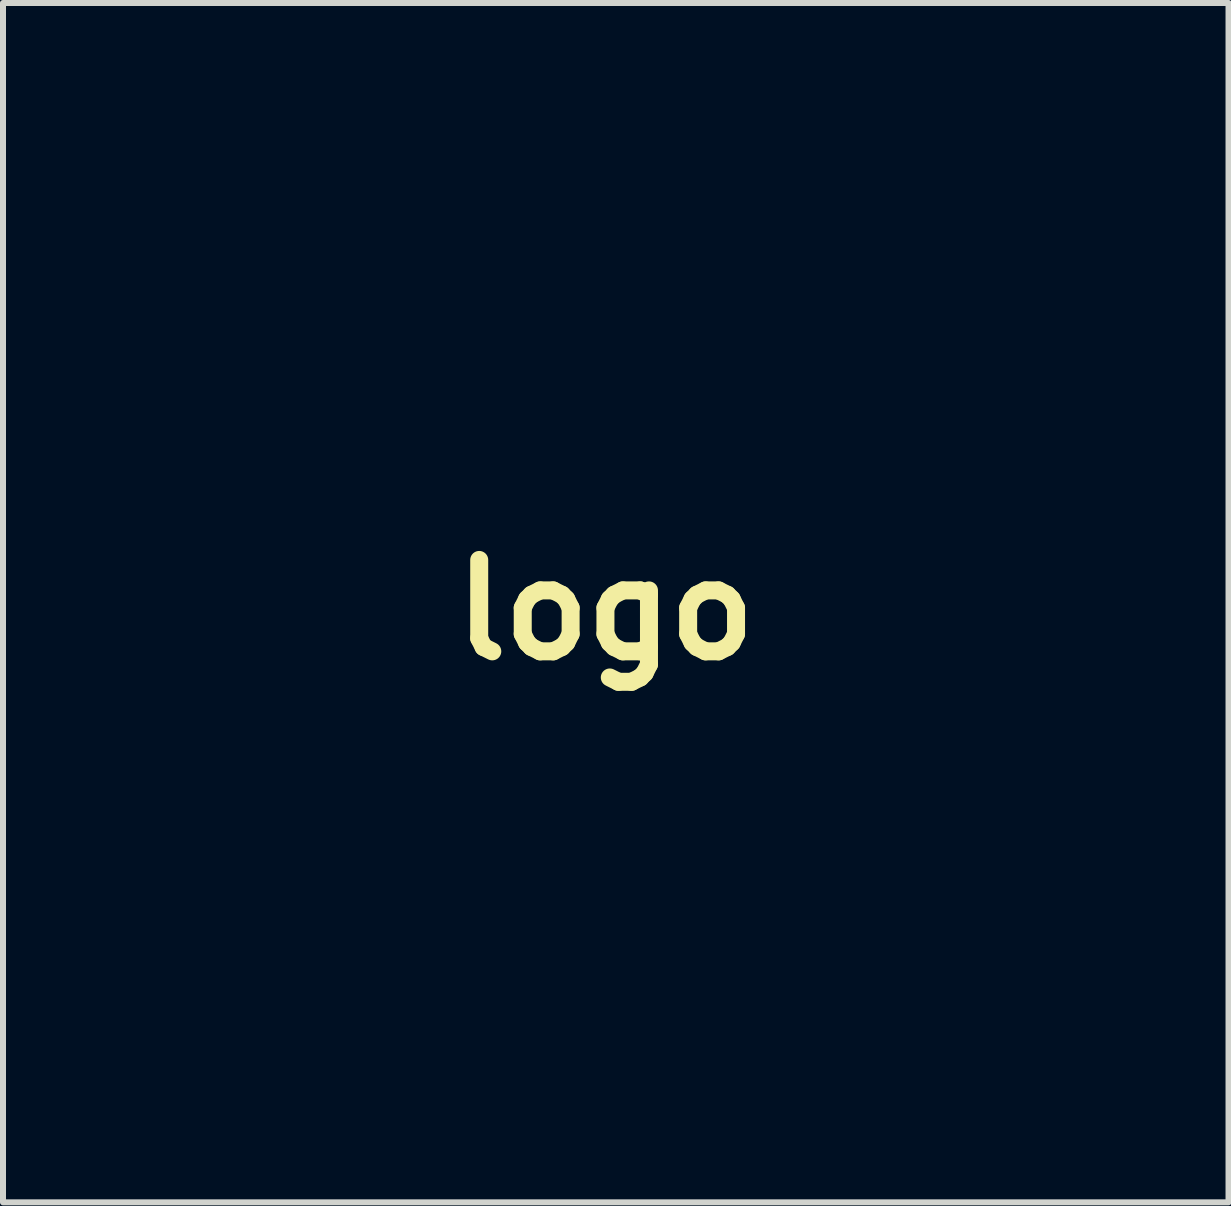
<source format=kicad_pcb>
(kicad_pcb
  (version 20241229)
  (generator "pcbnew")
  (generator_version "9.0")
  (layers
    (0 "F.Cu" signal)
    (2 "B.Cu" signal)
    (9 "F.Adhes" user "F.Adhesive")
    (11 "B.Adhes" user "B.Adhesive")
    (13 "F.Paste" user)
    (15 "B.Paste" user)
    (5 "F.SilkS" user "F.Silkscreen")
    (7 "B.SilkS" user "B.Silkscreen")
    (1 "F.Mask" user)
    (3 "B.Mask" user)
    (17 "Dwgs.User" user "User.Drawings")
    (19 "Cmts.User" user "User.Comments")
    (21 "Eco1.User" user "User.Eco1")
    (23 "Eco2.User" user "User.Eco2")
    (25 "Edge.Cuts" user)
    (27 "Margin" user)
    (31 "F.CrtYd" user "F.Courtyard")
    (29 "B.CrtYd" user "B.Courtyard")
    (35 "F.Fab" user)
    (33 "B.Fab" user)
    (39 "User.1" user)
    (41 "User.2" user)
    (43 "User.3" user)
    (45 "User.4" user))
  (footprint "logo"
    (layer "F.Cu")
    (at 7.044 7.12)
    (property "Reference" "logo" (at 0 0 0) (layer "F.SilkS") (effects (font (size 1.524 1.524) (thickness 0.3))))
    (attr through_hole)
    (fp_poly (pts (xy -1.793 1.408) (xy -1.787 1.435) (xy -1.796 1.463) (xy -1.819 1.477) (xy -1.843 1.474) (xy -1.856 1.457) (xy -1.859 1.422) (xy -1.842 1.399) (xy -1.817 1.395) (xy -1.793 1.408)) (stroke (width 0.01) (type solid)) (fill yes) (layer "F.Mask"))
    (fp_poly (pts (xy 2.236 1.475) (xy 2.247 1.501) (xy 2.237 1.53) (xy 2.21 1.548) (xy 2.184 1.544) (xy 2.172 1.528) (xy 2.17 1.494) (xy 2.187 1.469) (xy 2.208 1.464) (xy 2.236 1.475)) (stroke (width 0.01) (type solid)) (fill yes) (layer "F.Mask"))
    (fp_poly (pts (xy 1.012 4.088) (xy 1.026 4.116) (xy 1.026 4.147) (xy 1.007 4.171) (xy 0.979 4.174) (xy 0.953 4.156) (xy 0.948 4.148) (xy 0.941 4.119) (xy 0.955 4.098) (xy 0.978 4.08) (xy 0.989 4.075) (xy 1.012 4.088)) (stroke (width 0.01) (type solid)) (fill yes) (layer "F.Mask"))
    (fp_poly (pts (xy 0.687 3.915) (xy 0.711 3.949) (xy 0.718 3.993) (xy 0.707 4.035) (xy 0.674 4.057) (xy 0.646 4.061) (xy 0.611 4.055) (xy 0.591 4.044) (xy 0.573 4.008) (xy 0.575 3.968) (xy 0.593 3.931) (xy 0.624 3.907) (xy 0.646 3.903) (xy 0.687 3.915)) (stroke (width 0.01) (type solid)) (fill yes) (layer "F.Mask"))
    (fp_poly (pts (xy 0.832 3.931) (xy 0.863 3.947) (xy 0.89 3.98) (xy 0.903 4.019) (xy 0.904 4.027) (xy 0.894 4.061) (xy 0.869 4.097) (xy 0.838 4.124) (xy 0.813 4.133) (xy 0.787 4.124) (xy 0.76 4.107) (xy 0.739 4.084) (xy 0.739 4.062) (xy 0.744 4.05) (xy 0.756 4.013) (xy 0.761 3.976) (xy 0.765 3.945) (xy 0.784 3.931) (xy 0.823 3.93) (xy 0.832 3.931)) (stroke (width 0.01) (type solid)) (fill yes) (layer "F.Mask"))
    (fp_poly (pts (xy 0.944 5.283) (xy 1.037 5.31) (xy 1.131 5.308) (xy 1.21 5.284) (xy 1.255 5.267) (xy 1.282 5.268) (xy 1.291 5.29) (xy 1.284 5.334) (xy 1.277 5.359) (xy 1.246 5.427) (xy 1.198 5.479) (xy 1.139 5.512) (xy 1.074 5.524) (xy 1.009 5.512) (xy 0.979 5.497) (xy 0.922 5.446) (xy 0.886 5.379) (xy 0.875 5.314) (xy 0.875 5.253) (xy 0.944 5.283)) (stroke (width 0.01) (type solid)) (fill yes) (layer "F.Mask"))
    (fp_poly (pts (xy 0.338 4.672) (xy 0.345 4.72) (xy 0.35 4.768) (xy 0.366 5.007) (xy 0.376 5.22) (xy 0.378 5.411) (xy 0.372 5.582) (xy 0.36 5.735) (xy 0.347 5.833) (xy 0.336 5.905) (xy 0.326 5.833) (xy 0.316 5.741) (xy 0.307 5.631) (xy 0.3 5.51) (xy 0.295 5.381) (xy 0.292 5.25) (xy 0.29 5.12) (xy 0.291 4.998) (xy 0.294 4.888) (xy 0.298 4.795) (xy 0.305 4.723) (xy 0.31 4.696) (xy 0.32 4.66) (xy 0.329 4.652) (xy 0.338 4.672)) (stroke (width 0.01) (type solid)) (fill yes) (layer "F.Mask"))
    (fp_poly (pts (xy -0.217 5.25) (xy -0.215 5.282) (xy -0.22 5.324) (xy -0.23 5.369) (xy -0.242 5.403) (xy -0.287 5.472) (xy -0.346 5.522) (xy -0.413 5.549) (xy -0.485 5.553) (xy -0.552 5.531) (xy -0.624 5.479) (xy -0.674 5.41) (xy -0.7 5.329) (xy -0.703 5.29) (xy -0.702 5.263) (xy -0.697 5.247) (xy -0.683 5.241) (xy -0.655 5.246) (xy -0.608 5.262) (xy -0.549 5.284) (xy -0.459 5.317) (xy -0.347 5.277) (xy -0.295 5.259) (xy -0.253 5.245) (xy -0.228 5.238) (xy -0.225 5.238) (xy -0.217 5.25)) (stroke (width 0.01) (type solid)) (fill yes) (layer "F.Mask"))
    (fp_poly (pts (xy 5.031 -3.782) (xy 5.021 -3.743) (xy 5.003 -3.686) (xy 4.98 -3.615) (xy 4.952 -3.534) (xy 4.921 -3.448) (xy 4.889 -3.361) (xy 4.857 -3.276) (xy 4.833 -3.214) (xy 4.756 -3.035) (xy 4.681 -2.88) (xy 4.604 -2.746) (xy 4.523 -2.628) (xy 4.436 -2.524) (xy 4.401 -2.486) (xy 4.364 -2.45) (xy 4.334 -2.423) (xy 4.318 -2.411) (xy 4.317 -2.411) (xy 4.319 -2.422) (xy 4.334 -2.45) (xy 4.359 -2.49) (xy 4.361 -2.493) (xy 4.473 -2.675) (xy 4.583 -2.883) (xy 4.649 -3.023) (xy 4.692 -3.116) (xy 4.738 -3.213) (xy 4.785 -3.313) (xy 4.833 -3.412) (xy 4.879 -3.506) (xy 4.922 -3.593) (xy 4.96 -3.668) (xy 4.992 -3.73) (xy 5.016 -3.773) (xy 5.029 -3.796) (xy 5.032 -3.798) (xy 5.031 -3.782)) (stroke (width 0.01) (type solid)) (fill yes) (layer "F.Mask"))
    (fp_poly (pts (xy -4.51 -3.905) (xy -4.513 -3.895) (xy -4.515 -3.868) (xy -4.515 -3.818) (xy -4.514 -3.748) (xy -4.511 -3.664) (xy -4.506 -3.57) (xy -4.5 -3.472) (xy -4.494 -3.374) (xy -4.487 -3.28) (xy -4.479 -3.196) (xy -4.472 -3.126) (xy -4.47 -3.11) (xy -4.44 -2.927) (xy -4.399 -2.753) (xy -4.344 -2.582) (xy -4.274 -2.406) (xy -4.185 -2.218) (xy -4.161 -2.17) (xy -4.124 -2.099) (xy -4.093 -2.037) (xy -4.07 -1.99) (xy -4.056 -1.96) (xy -4.053 -1.952) (xy -4.063 -1.962) (xy -4.087 -1.991) (xy -4.121 -2.032) (xy -4.149 -2.068) (xy -4.276 -2.237) (xy -4.38 -2.396) (xy -4.463 -2.548) (xy -4.526 -2.698) (xy -4.572 -2.848) (xy -4.601 -3.004) (xy -4.616 -3.155) (xy -4.617 -3.238) (xy -4.614 -3.334) (xy -4.607 -3.436) (xy -4.596 -3.541) (xy -4.583 -3.642) (xy -4.567 -3.735) (xy -4.551 -3.813) (xy -4.533 -3.872) (xy -4.52 -3.9) (xy -4.509 -3.915) (xy -4.51 -3.905)) (stroke (width 0.01) (type solid)) (fill yes) (layer "F.Mask"))
    (fp_poly (pts (xy 2.445 1.118) (xy 2.52 1.154) (xy 2.573 1.182) (xy 2.606 1.204) (xy 2.626 1.222) (xy 2.634 1.239) (xy 2.637 1.283) (xy 2.631 1.347) (xy 2.619 1.424) (xy 2.6 1.508) (xy 2.578 1.593) (xy 2.553 1.671) (xy 2.526 1.735) (xy 2.521 1.747) (xy 2.476 1.809) (xy 2.412 1.868) (xy 2.336 1.917) (xy 2.332 1.92) (xy 2.263 1.944) (xy 2.178 1.959) (xy 2.089 1.963) (xy 2.008 1.956) (xy 1.973 1.947) (xy 1.879 1.91) (xy 1.788 1.863) (xy 1.704 1.811) (xy 1.63 1.756) (xy 1.573 1.702) (xy 1.536 1.651) (xy 1.533 1.644) (xy 1.698 1.644) (xy 1.706 1.662) (xy 1.727 1.683) (xy 1.767 1.713) (xy 1.793 1.731) (xy 1.87 1.783) (xy 1.93 1.819) (xy 1.979 1.844) (xy 2.022 1.858) (xy 2.066 1.864) (xy 2.107 1.866) (xy 2.167 1.863) (xy 2.223 1.856) (xy 2.255 1.849) (xy 2.311 1.823) (xy 2.369 1.781) (xy 2.419 1.732) (xy 2.447 1.693) (xy 2.459 1.651) (xy 2.466 1.59) (xy 2.468 1.52) (xy 2.463 1.449) (xy 2.453 1.387) (xy 2.452 1.385) (xy 2.436 1.339) (xy 2.414 1.299) (xy 2.407 1.291) (xy 2.386 1.272) (xy 2.36 1.265) (xy 2.32 1.267) (xy 2.305 1.269) (xy 2.252 1.275) (xy 2.186 1.283) (xy 2.121 1.291) (xy 2.061 1.301) (xy 2.006 1.314) (xy 1.967 1.327) (xy 1.965 1.328) (xy 1.908 1.365) (xy 1.849 1.417) (xy 1.792 1.478) (xy 1.744 1.54) (xy 1.71 1.597) (xy 1.7 1.625) (xy 1.698 1.644) (xy 1.533 1.644) (xy 1.526 1.626) (xy 1.529 1.58) (xy 1.554 1.518) (xy 1.603 1.44) (xy 1.654 1.371) (xy 1.76 1.255) (xy 1.873 1.166) (xy 1.997 1.101) (xy 2.134 1.059) (xy 2.148 1.056) (xy 2.265 1.033) (xy 2.445 1.118)) (stroke (width 0.01) (type solid)) (fill yes) (layer "F.Mask"))
    (fp_poly (pts (xy -1.77 1.069) (xy -1.717 1.072) (xy -1.677 1.077) (xy -1.643 1.086) (xy -1.606 1.101) (xy -1.574 1.117) (xy -1.513 1.152) (xy -1.447 1.198) (xy -1.391 1.244) (xy -1.353 1.284) (xy -1.309 1.336) (xy -1.263 1.394) (xy -1.218 1.454) (xy -1.18 1.511) (xy -1.151 1.558) (xy -1.135 1.592) (xy -1.134 1.6) (xy -1.145 1.628) (xy -1.175 1.667) (xy -1.219 1.712) (xy -1.273 1.76) (xy -1.31 1.788) (xy -1.362 1.821) (xy -1.431 1.858) (xy -1.507 1.893) (xy -1.544 1.908) (xy -1.612 1.934) (xy -1.658 1.951) (xy -1.687 1.961) (xy -1.701 1.964) (xy -1.707 1.962) (xy -1.708 1.955) (xy -1.708 1.955) (xy -1.721 1.947) (xy -1.755 1.937) (xy -1.803 1.927) (xy -1.809 1.926) (xy -1.928 1.893) (xy -2.03 1.84) (xy -2.113 1.768) (xy -2.173 1.681) (xy -2.193 1.632) (xy -2.214 1.564) (xy -2.234 1.485) (xy -2.235 1.483) (xy -2.091 1.483) (xy -2.072 1.573) (xy -2.027 1.649) (xy -1.99 1.686) (xy -1.905 1.742) (xy -1.809 1.771) (xy -1.708 1.774) (xy -1.614 1.753) (xy -1.577 1.736) (xy -1.528 1.709) (xy -1.475 1.675) (xy -1.421 1.638) (xy -1.374 1.603) (xy -1.339 1.573) (xy -1.321 1.552) (xy -1.32 1.549) (xy -1.329 1.517) (xy -1.353 1.472) (xy -1.387 1.419) (xy -1.427 1.368) (xy -1.447 1.345) (xy -1.513 1.284) (xy -1.582 1.241) (xy -1.663 1.212) (xy -1.762 1.193) (xy -1.782 1.191) (xy -1.843 1.184) (xy -1.895 1.177) (xy -1.93 1.171) (xy -1.939 1.169) (xy -1.984 1.168) (xy -2.022 1.194) (xy -2.052 1.244) (xy -2.057 1.258) (xy -2.086 1.378) (xy -2.091 1.483) (xy -2.235 1.483) (xy -2.251 1.406) (xy -2.261 1.338) (xy -2.264 1.28) (xy -2.257 1.237) (xy -2.237 1.202) (xy -2.198 1.17) (xy -2.137 1.134) (xy -2.122 1.125) (xy -2.016 1.069) (xy -1.844 1.069) (xy -1.77 1.069)) (stroke (width 0.01) (type solid)) (fill yes) (layer "F.Mask"))
    (fp_poly (pts (xy 2.319 0.446) (xy 2.32 0.446) (xy 2.526 0.479) (xy 2.709 0.53) (xy 2.87 0.598) (xy 3.009 0.683) (xy 3.124 0.786) (xy 3.217 0.906) (xy 3.286 1.042) (xy 3.333 1.196) (xy 3.356 1.366) (xy 3.359 1.454) (xy 3.351 1.594) (xy 3.327 1.718) (xy 3.284 1.831) (xy 3.219 1.94) (xy 3.13 2.049) (xy 3.072 2.109) (xy 2.932 2.231) (xy 2.781 2.33) (xy 2.614 2.407) (xy 2.429 2.464) (xy 2.305 2.489) (xy 2.198 2.502) (xy 2.074 2.509) (xy 1.944 2.508) (xy 1.82 2.501) (xy 1.711 2.487) (xy 1.708 2.487) (xy 1.524 2.443) (xy 1.351 2.378) (xy 1.191 2.295) (xy 1.047 2.195) (xy 0.988 2.14) (xy 1.166 2.14) (xy 1.167 2.157) (xy 1.188 2.183) (xy 1.233 2.213) (xy 1.295 2.247) (xy 1.371 2.282) (xy 1.456 2.316) (xy 1.545 2.347) (xy 1.633 2.373) (xy 1.679 2.384) (xy 1.764 2.397) (xy 1.867 2.405) (xy 1.983 2.408) (xy 2.102 2.406) (xy 2.217 2.4) (xy 2.32 2.389) (xy 2.404 2.373) (xy 2.413 2.371) (xy 2.498 2.345) (xy 2.586 2.314) (xy 2.669 2.279) (xy 2.74 2.246) (xy 2.787 2.219) (xy 2.814 2.196) (xy 2.838 2.162) (xy 2.862 2.111) (xy 2.88 2.066) (xy 2.907 1.987) (xy 2.929 1.904) (xy 2.946 1.813) (xy 2.961 1.708) (xy 2.972 1.586) (xy 2.982 1.442) (xy 2.985 1.385) (xy 2.993 1.246) (xy 3.002 1.131) (xy 3.014 1.034) (xy 3.029 0.951) (xy 3.047 0.877) (xy 3.049 0.868) (xy 3.049 0.848) (xy 3.033 0.825) (xy 2.997 0.793) (xy 2.978 0.777) (xy 2.848 0.693) (xy 2.695 0.627) (xy 2.521 0.577) (xy 2.326 0.546) (xy 2.111 0.532) (xy 2.047 0.531) (xy 1.924 0.533) (xy 1.821 0.54) (xy 1.726 0.553) (xy 1.633 0.574) (xy 1.546 0.598) (xy 1.421 0.636) (xy 1.421 0.824) (xy 1.419 0.91) (xy 1.413 0.993) (xy 1.403 1.078) (xy 1.387 1.171) (xy 1.364 1.275) (xy 1.334 1.397) (xy 1.296 1.54) (xy 1.293 1.553) (xy 1.265 1.657) (xy 1.239 1.761) (xy 1.216 1.861) (xy 1.196 1.954) (xy 1.181 2.033) (xy 1.17 2.097) (xy 1.166 2.14) (xy 0.988 2.14) (xy 0.923 2.08) (xy 0.821 1.953) (xy 0.769 1.866) (xy 0.717 1.749) (xy 0.686 1.633) (xy 0.674 1.507) (xy 0.673 1.471) (xy 0.682 1.33) (xy 0.712 1.202) (xy 0.764 1.082) (xy 0.841 0.967) (xy 0.943 0.851) (xy 0.954 0.839) (xy 1.102 0.712) (xy 1.266 0.608) (xy 1.446 0.528) (xy 1.642 0.471) (xy 1.852 0.439) (xy 2.078 0.43) (xy 2.319 0.446)) (stroke (width 0.01) (type solid)) (fill yes) (layer "F.Mask"))
    (fp_poly (pts (xy -1.685 0.382) (xy -1.607 0.383) (xy -1.545 0.386) (xy -1.493 0.391) (xy -1.446 0.399) (xy -1.398 0.41) (xy -1.387 0.413) (xy -1.185 0.476) (xy -1.003 0.56) (xy -0.843 0.662) (xy -0.745 0.743) (xy -0.63 0.866) (xy -0.542 0.999) (xy -0.479 1.138) (xy -0.442 1.283) (xy -0.432 1.429) (xy -0.448 1.576) (xy -0.49 1.72) (xy -0.56 1.859) (xy -0.646 1.979) (xy -0.76 2.095) (xy -0.896 2.198) (xy -1.051 2.287) (xy -1.22 2.359) (xy -1.399 2.412) (xy -1.542 2.439) (xy -1.659 2.449) (xy -1.79 2.452) (xy -1.923 2.447) (xy -2.044 2.434) (xy -2.064 2.431) (xy -2.249 2.389) (xy -2.421 2.327) (xy -2.58 2.248) (xy -2.723 2.153) (xy -2.848 2.044) (xy -2.952 1.922) (xy -3.033 1.79) (xy -3.09 1.649) (xy -3.107 1.584) (xy -3.125 1.433) (xy -3.115 1.283) (xy -3.078 1.138) (xy -3.015 0.998) (xy -2.926 0.867) (xy -2.866 0.802) (xy -2.704 0.802) (xy -2.678 0.867) (xy -2.657 0.927) (xy -2.641 0.986) (xy -2.628 1.048) (xy -2.618 1.12) (xy -2.611 1.204) (xy -2.605 1.307) (xy -2.599 1.433) (xy -2.598 1.464) (xy -2.592 1.601) (xy -2.584 1.715) (xy -2.574 1.809) (xy -2.561 1.89) (xy -2.543 1.962) (xy -2.521 2.03) (xy -2.493 2.099) (xy -2.481 2.125) (xy -2.457 2.175) (xy -2.437 2.207) (xy -2.413 2.227) (xy -2.377 2.244) (xy -2.341 2.257) (xy -2.251 2.286) (xy -2.141 2.315) (xy -2.018 2.34) (xy -1.995 2.345) (xy -1.968 2.347) (xy -1.919 2.348) (xy -1.853 2.348) (xy -1.776 2.348) (xy -1.736 2.347) (xy -1.64 2.344) (xy -1.564 2.34) (xy -1.5 2.333) (xy -1.44 2.322) (xy -1.376 2.306) (xy -1.37 2.305) (xy -1.245 2.266) (xy -1.118 2.213) (xy -0.999 2.153) (xy -0.897 2.089) (xy -0.886 2.08) (xy -0.863 2.064) (xy -0.845 2.051) (xy -0.83 2.038) (xy -0.82 2.023) (xy -0.815 2.003) (xy -0.815 1.974) (xy -0.821 1.934) (xy -0.831 1.881) (xy -0.848 1.811) (xy -0.87 1.722) (xy -0.899 1.611) (xy -0.934 1.474) (xy -0.936 1.464) (xy -0.968 1.339) (xy -0.993 1.239) (xy -1.013 1.158) (xy -1.027 1.093) (xy -1.038 1.039) (xy -1.045 0.994) (xy -1.049 0.952) (xy -1.052 0.909) (xy -1.053 0.862) (xy -1.053 0.822) (xy -1.055 0.632) (xy -1.165 0.587) (xy -1.269 0.548) (xy -1.363 0.519) (xy -1.455 0.499) (xy -1.556 0.487) (xy -1.673 0.479) (xy -1.704 0.478) (xy -1.839 0.475) (xy -1.953 0.48) (xy -2.056 0.492) (xy -2.157 0.512) (xy -2.26 0.541) (xy -2.345 0.571) (xy -2.429 0.607) (xy -2.509 0.645) (xy -2.58 0.685) (xy -2.638 0.723) (xy -2.681 0.758) (xy -2.703 0.786) (xy -2.704 0.802) (xy -2.866 0.802) (xy -2.813 0.746) (xy -2.746 0.688) (xy -2.636 0.612) (xy -2.507 0.54) (xy -2.368 0.477) (xy -2.229 0.429) (xy -2.203 0.421) (xy -2.15 0.407) (xy -2.103 0.397) (xy -2.057 0.39) (xy -2.006 0.386) (xy -1.943 0.383) (xy -1.862 0.382) (xy -1.787 0.381) (xy -1.685 0.382)) (stroke (width 0.01) (type solid)) (fill yes) (layer "F.Mask"))
    (fp_poly (pts (xy 0.224 -7.114) (xy 0.356 -7.111) (xy 0.469 -7.106) (xy 0.491 -7.104) (xy 0.943 -7.057) (xy 1.386 -6.983) (xy 1.821 -6.882) (xy 2.246 -6.755) (xy 2.661 -6.602) (xy 3.063 -6.424) (xy 3.453 -6.222) (xy 3.829 -5.996) (xy 4.191 -5.746) (xy 4.537 -5.473) (xy 4.867 -5.179) (xy 5.179 -4.862) (xy 5.472 -4.524) (xy 5.746 -4.165) (xy 5.79 -4.104) (xy 5.982 -3.812) (xy 6.165 -3.497) (xy 6.334 -3.169) (xy 6.488 -2.832) (xy 6.622 -2.493) (xy 6.692 -2.289) (xy 6.809 -1.894) (xy 6.901 -1.504) (xy 6.968 -1.112) (xy 7.012 -0.712) (xy 7.03 -0.413) (xy 7.034 0.009) (xy 7.013 0.431) (xy 6.968 0.85) (xy 6.899 1.26) (xy 6.806 1.658) (xy 6.78 1.75) (xy 6.73 1.926) (xy 6.962 2.172) (xy 7.035 2.249) (xy 7.107 2.325) (xy 7.174 2.396) (xy 7.232 2.457) (xy 7.277 2.504) (xy 7.289 2.517) (xy 7.383 2.616) (xy 7.3 2.569) (xy 7.263 2.548) (xy 7.206 2.515) (xy 7.135 2.473) (xy 7.054 2.426) (xy 6.968 2.375) (xy 6.942 2.359) (xy 6.862 2.312) (xy 6.789 2.271) (xy 6.728 2.237) (xy 6.683 2.213) (xy 6.657 2.201) (xy 6.652 2.2) (xy 6.641 2.215) (xy 6.624 2.251) (xy 6.601 2.303) (xy 6.576 2.366) (xy 6.576 2.367) (xy 6.515 2.528) (xy 6.874 2.896) (xy 6.958 2.983) (xy 7.036 3.064) (xy 7.106 3.137) (xy 7.165 3.199) (xy 7.211 3.248) (xy 7.242 3.282) (xy 7.255 3.297) (xy 7.252 3.302) (xy 7.227 3.291) (xy 7.182 3.267) (xy 7.118 3.229) (xy 7.065 3.196) (xy 6.933 3.114) (xy 6.811 3.038) (xy 6.701 2.971) (xy 6.605 2.913) (xy 6.526 2.865) (xy 6.465 2.83) (xy 6.423 2.807) (xy 6.404 2.798) (xy 6.404 2.798) (xy 6.389 2.81) (xy 6.374 2.84) (xy 6.372 2.845) (xy 6.36 2.873) (xy 6.337 2.92) (xy 6.305 2.983) (xy 6.267 3.055) (xy 6.232 3.121) (xy 6.19 3.2) (xy 6.149 3.275) (xy 6.114 3.34) (xy 6.087 3.39) (xy 6.073 3.415) (xy 6.039 3.48) (xy 6.163 3.692) (xy 6.215 3.782) (xy 6.251 3.852) (xy 6.273 3.903) (xy 6.281 3.938) (xy 6.276 3.96) (xy 6.259 3.971) (xy 6.254 3.972) (xy 6.234 3.964) (xy 6.197 3.937) (xy 6.144 3.892) (xy 6.079 3.832) (xy 6.069 3.822) (xy 6.014 3.77) (xy 5.966 3.727) (xy 5.929 3.697) (xy 5.907 3.682) (xy 5.903 3.682) (xy 5.893 3.699) (xy 5.869 3.735) (xy 5.836 3.784) (xy 5.795 3.843) (xy 5.784 3.859) (xy 5.671 4.02) (xy 5.783 4.252) (xy 5.83 4.351) (xy 5.884 4.463) (xy 5.939 4.578) (xy 5.988 4.682) (xy 6.004 4.714) (xy 6.113 4.944) (xy 6.052 4.877) (xy 6.025 4.848) (xy 5.983 4.802) (xy 5.928 4.742) (xy 5.865 4.671) (xy 5.795 4.595) (xy 5.742 4.537) (xy 5.675 4.463) (xy 5.615 4.396) (xy 5.563 4.34) (xy 5.523 4.297) (xy 5.498 4.27) (xy 5.489 4.262) (xy 5.478 4.272) (xy 5.453 4.3) (xy 5.416 4.342) (xy 5.372 4.394) (xy 5.365 4.402) (xy 5.304 4.472) (xy 5.235 4.549) (xy 5.167 4.623) (xy 5.125 4.667) (xy 5.005 4.792) (xy 5.052 4.875) (xy 5.099 4.958) (xy 4.967 4.832) (xy 4.805 4.984) (xy 4.474 5.274) (xy 4.126 5.541) (xy 3.763 5.786) (xy 3.385 6.007) (xy 2.994 6.204) (xy 2.592 6.376) (xy 2.179 6.524) (xy 1.758 6.646) (xy 1.329 6.742) (xy 0.895 6.812) (xy 0.456 6.854) (xy 0.013 6.87) (xy -0.408 6.858) (xy -0.841 6.819) (xy -1.273 6.753) (xy -1.702 6.66) (xy -2.125 6.541) (xy -2.539 6.397) (xy -2.942 6.229) (xy -3.33 6.037) (xy -3.502 5.942) (xy -3.822 5.748) (xy -4.12 5.547) (xy -4.402 5.333) (xy -4.674 5.102) (xy -4.937 4.855) (xy -5.159 4.636) (xy -5.278 4.773) (xy -5.322 4.824) (xy -5.359 4.865) (xy -5.384 4.892) (xy -5.396 4.901) (xy -5.396 4.901) (xy -5.39 4.886) (xy -5.375 4.849) (xy -5.352 4.797) (xy -5.324 4.734) (xy -5.318 4.721) (xy -5.284 4.646) (xy -5.232 4.646) (xy -5.223 4.639) (xy -5.212 4.628) (xy -5.193 4.607) (xy -5.16 4.569) (xy -5.117 4.518) (xy -5.104 4.503) (xy -4.164 4.503) (xy -4.161 4.512) (xy -4.142 4.5) (xy -4.106 4.469) (xy -4.053 4.418) (xy -3.982 4.349) (xy -3.973 4.341) (xy -3.899 4.269) (xy -3.822 4.198) (xy -3.749 4.131) (xy -3.684 4.075) (xy -3.634 4.033) (xy -3.631 4.03) (xy -3.58 3.993) (xy -3.416 3.993) (xy -3.268 4.081) (xy -3.035 4.229) (xy -2.803 4.392) (xy -2.569 4.573) (xy -2.33 4.774) (xy -2.082 4.997) (xy -2.053 5.024) (xy -1.88 5.184) (xy -1.724 5.324) (xy -1.581 5.446) (xy -1.45 5.553) (xy -1.328 5.646) (xy -1.213 5.727) (xy -1.102 5.797) (xy -0.992 5.86) (xy -0.933 5.891) (xy -0.869 5.921) (xy -0.786 5.956) (xy -0.689 5.994) (xy -0.582 6.034) (xy -0.469 6.075) (xy -0.354 6.114) (xy -0.242 6.152) (xy -0.136 6.185) (xy -0.04 6.214) (xy 0.041 6.236) (xy 0.104 6.251) (xy 0.142 6.256) (xy 0.175 6.252) (xy 0.228 6.241) (xy 0.293 6.225) (xy 0.364 6.206) (xy 0.705 6.093) (xy 1.025 5.964) (xy 1.323 5.819) (xy 1.603 5.655) (xy 1.867 5.472) (xy 1.944 5.412) (xy 1.98 5.382) (xy 2.032 5.335) (xy 2.098 5.274) (xy 2.173 5.203) (xy 2.256 5.124) (xy 2.342 5.04) (xy 2.382 5.001) (xy 2.523 4.865) (xy 2.648 4.747) (xy 2.763 4.643) (xy 2.87 4.552) (xy 2.975 4.468) (xy 3.08 4.389) (xy 3.167 4.327) (xy 3.276 4.254) (xy 3.401 4.175) (xy 3.534 4.094) (xy 3.666 4.017) (xy 3.787 3.95) (xy 3.787 3.95) (xy 3.922 3.878) (xy 3.873 3.852) (xy 3.836 3.833) (xy 3.783 3.808) (xy 3.725 3.782) (xy 3.72 3.78) (xy 3.655 3.748) (xy 3.589 3.709) (xy 3.536 3.674) (xy 3.501 3.648) (xy 3.471 3.63) (xy 3.44 3.619) (xy 3.399 3.61) (xy 3.342 3.603) (xy 3.296 3.599) (xy 3.225 3.592) (xy 3.175 3.589) (xy 3.14 3.59) (xy 3.112 3.595) (xy 3.085 3.606) (xy 3.069 3.614) (xy 2.985 3.665) (xy 2.91 3.73) (xy 2.853 3.802) (xy 2.848 3.809) (xy 2.829 3.849) (xy 2.805 3.907) (xy 2.779 3.975) (xy 2.762 4.027) (xy 2.695 4.196) (xy 2.634 4.305) (xy 2.584 4.387) (xy 2.545 4.455) (xy 2.513 4.52) (xy 2.483 4.59) (xy 2.449 4.677) (xy 2.441 4.701) (xy 2.38 4.846) (xy 2.314 4.969) (xy 2.259 5.047) (xy 2.249 5.059) (xy 2.242 5.064) (xy 2.238 5.059) (xy 2.238 5.039) (xy 2.242 5.003) (xy 2.25 4.946) (xy 2.261 4.867) (xy 2.27 4.806) (xy 2.302 4.564) (xy 2.319 4.343) (xy 2.323 4.137) (xy 2.313 3.941) (xy 2.29 3.751) (xy 2.252 3.562) (xy 2.237 3.504) (xy 2.206 3.368) (xy 2.188 3.253) (xy 2.184 3.153) (xy 2.186 3.134) (xy 3.248 3.134) (xy 3.25 3.15) (xy 3.266 3.184) (xy 3.293 3.231) (xy 3.327 3.287) (xy 3.366 3.345) (xy 3.406 3.401) (xy 3.43 3.433) (xy 3.494 3.506) (xy 3.562 3.571) (xy 3.627 3.624) (xy 3.684 3.658) (xy 3.691 3.662) (xy 3.836 3.729) (xy 3.98 3.813) (xy 4.128 3.914) (xy 4.28 4.036) (xy 4.441 4.179) (xy 4.606 4.34) (xy 4.653 4.387) (xy 4.693 4.426) (xy 4.72 4.453) (xy 4.732 4.463) (xy 4.732 4.463) (xy 4.73 4.452) (xy 4.72 4.431) (xy 4.678 4.353) (xy 4.624 4.26) (xy 4.564 4.158) (xy 4.503 4.057) (xy 4.444 3.963) (xy 4.404 3.902) (xy 4.295 3.747) (xy 4.191 3.614) (xy 4.091 3.503) (xy 4.031 3.448) (xy 4.182 3.448) (xy 4.189 3.46) (xy 4.211 3.489) (xy 4.243 3.53) (xy 4.273 3.566) (xy 4.318 3.62) (xy 4.352 3.654) (xy 4.377 3.673) (xy 4.398 3.679) (xy 4.404 3.679) (xy 4.435 3.677) (xy 4.486 3.673) (xy 4.547 3.669) (xy 4.571 3.667) (xy 4.674 3.665) (xy 4.76 3.673) (xy 4.786 3.678) (xy 4.831 3.689) (xy 4.864 3.697) (xy 4.876 3.701) (xy 4.879 3.692) (xy 4.879 3.69) (xy 4.867 3.673) (xy 4.833 3.646) (xy 4.782 3.612) (xy 4.717 3.573) (xy 4.644 3.531) (xy 4.566 3.491) (xy 4.549 3.483) (xy 4.384 3.403) (xy 4.284 3.424) (xy 4.235 3.435) (xy 4.198 3.443) (xy 4.182 3.448) (xy 4.182 3.448) (xy 4.031 3.448) (xy 3.998 3.417) (xy 3.912 3.357) (xy 3.889 3.344) (xy 3.858 3.331) (xy 3.807 3.312) (xy 3.742 3.288) (xy 3.667 3.262) (xy 3.586 3.235) (xy 3.505 3.209) (xy 3.427 3.184) (xy 3.358 3.162) (xy 3.302 3.146) (xy 3.264 3.136) (xy 3.248 3.134) (xy 3.248 3.134) (xy 2.186 3.134) (xy 2.194 3.062) (xy 2.218 2.977) (xy 2.249 2.903) (xy 2.282 2.846) (xy 2.324 2.786) (xy 2.353 2.751) (xy 2.417 2.68) (xy 2.36 2.688) (xy 2.282 2.697) (xy 2.186 2.704) (xy 2.079 2.707) (xy 1.972 2.708) (xy 1.872 2.707) (xy 1.788 2.702) (xy 1.76 2.699) (xy 1.613 2.674) (xy 1.464 2.638) (xy 1.324 2.594) (xy 1.258 2.569) (xy 1.209 2.549) (xy 1.171 2.537) (xy 1.151 2.533) (xy 1.149 2.534) (xy 1.148 2.55) (xy 1.152 2.589) (xy 1.159 2.642) (xy 1.166 2.681) (xy 1.181 2.761) (xy 1.199 2.838) (xy 1.221 2.916) (xy 1.248 2.998) (xy 1.282 3.086) (xy 1.325 3.185) (xy 1.376 3.298) (xy 1.438 3.428) (xy 1.512 3.577) (xy 1.557 3.666) (xy 1.642 3.837) (xy 1.715 3.985) (xy 1.776 4.113) (xy 1.825 4.225) (xy 1.865 4.323) (xy 1.896 4.41) (xy 1.919 4.489) (xy 1.935 4.563) (xy 1.945 4.635) (xy 1.949 4.706) (xy 1.949 4.782) (xy 1.947 4.842) (xy 1.939 4.955) (xy 1.924 5.05) (xy 1.899 5.138) (xy 1.862 5.229) (xy 1.825 5.304) (xy 1.767 5.404) (xy 1.704 5.493) (xy 1.631 5.572) (xy 1.545 5.646) (xy 1.444 5.716) (xy 1.323 5.785) (xy 1.18 5.856) (xy 1.069 5.906) (xy 0.998 5.935) (xy 0.912 5.969) (xy 0.814 6.005) (xy 0.711 6.042) (xy 0.606 6.078) (xy 0.504 6.113) (xy 0.411 6.143) (xy 0.33 6.168) (xy 0.266 6.185) (xy 0.224 6.194) (xy 0.224 6.194) (xy 0.179 6.193) (xy 0.112 6.181) (xy 0.026 6.16) (xy -0.075 6.131) (xy -0.188 6.095) (xy -0.308 6.054) (xy -0.432 6.008) (xy -0.557 5.96) (xy -0.678 5.909) (xy -0.792 5.858) (xy -0.816 5.846) (xy -0.967 5.77) (xy -1.094 5.696) (xy -1.2 5.621) (xy -1.287 5.543) (xy -1.361 5.458) (xy -1.423 5.363) (xy -1.463 5.289) (xy -1.508 5.187) (xy -1.54 5.092) (xy -1.56 4.993) (xy -1.572 4.88) (xy -1.574 4.845) (xy -0.974 4.845) (xy -0.962 4.975) (xy -0.935 5.095) (xy -0.923 5.132) (xy -0.862 5.274) (xy -0.784 5.408) (xy -0.695 5.529) (xy -0.597 5.631) (xy -0.528 5.687) (xy -0.429 5.752) (xy -0.328 5.805) (xy -0.218 5.851) (xy -0.093 5.89) (xy 0.054 5.926) (xy 0.086 5.933) (xy 0.148 5.946) (xy 0.199 5.955) (xy 0.244 5.96) (xy 0.29 5.961) (xy 0.343 5.958) (xy 0.41 5.951) (xy 0.495 5.939) (xy 0.545 5.932) (xy 0.661 5.914) (xy 0.755 5.895) (xy 0.836 5.873) (xy 0.912 5.845) (xy 0.983 5.812) (xy 1.129 5.726) (xy 1.255 5.619) (xy 1.36 5.493) (xy 1.443 5.348) (xy 1.506 5.183) (xy 1.51 5.171) (xy 1.53 5.073) (xy 1.542 4.96) (xy 1.545 4.84) (xy 1.539 4.722) (xy 1.525 4.616) (xy 1.509 4.549) (xy 1.455 4.406) (xy 1.384 4.277) (xy 1.293 4.157) (xy 1.181 4.043) (xy 1.044 3.933) (xy 0.944 3.864) (xy 0.789 3.772) (xy 0.643 3.705) (xy 0.502 3.662) (xy 0.361 3.645) (xy 0.218 3.651) (xy 0.068 3.682) (xy -0.092 3.736) (xy -0.213 3.789) (xy -0.381 3.88) (xy -0.533 3.986) (xy -0.667 4.106) (xy -0.779 4.236) (xy -0.868 4.374) (xy -0.932 4.519) (xy -0.956 4.601) (xy -0.973 4.717) (xy -0.974 4.845) (xy -1.574 4.845) (xy -1.574 4.843) (xy -1.577 4.767) (xy -1.576 4.707) (xy -1.57 4.652) (xy -1.558 4.59) (xy -1.543 4.527) (xy -1.523 4.453) (xy -1.502 4.38) (xy -1.476 4.306) (xy -1.447 4.227) (xy -1.41 4.14) (xy -1.367 4.042) (xy -1.314 3.929) (xy -1.251 3.798) (xy -1.177 3.646) (xy -1.156 3.603) (xy -1.082 3.453) (xy -1.021 3.326) (xy -0.97 3.218) (xy -0.928 3.125) (xy -0.895 3.045) (xy -0.867 2.974) (xy -0.846 2.909) (xy -0.828 2.847) (xy -0.813 2.784) (xy -0.804 2.742) (xy -0.791 2.67) (xy -0.782 2.601) (xy -0.776 2.54) (xy -0.775 2.493) (xy -0.778 2.463) (xy -0.786 2.457) (xy -0.942 2.533) (xy -1.082 2.593) (xy -1.213 2.638) (xy -1.342 2.67) (xy -1.475 2.691) (xy -1.619 2.702) (xy -1.759 2.705) (xy -2.017 2.705) (xy -1.949 2.791) (xy -1.883 2.887) (xy -1.838 2.987) (xy -1.815 3.094) (xy -1.812 3.214) (xy -1.828 3.349) (xy -1.849 3.444) (xy -1.885 3.598) (xy -1.913 3.734) (xy -1.934 3.859) (xy -1.948 3.976) (xy -1.955 4.092) (xy -1.955 4.211) (xy -1.949 4.34) (xy -1.937 4.482) (xy -1.918 4.643) (xy -1.901 4.771) (xy -1.89 4.853) (xy -1.882 4.926) (xy -1.876 4.984) (xy -1.873 5.022) (xy -1.874 5.036) (xy -1.89 5.035) (xy -1.915 5.012) (xy -1.945 4.974) (xy -1.976 4.926) (xy -2.006 4.871) (xy -2.029 4.817) (xy -2.03 4.815) (xy -2.053 4.755) (xy -2.086 4.676) (xy -2.128 4.581) (xy -2.175 4.476) (xy -2.226 4.365) (xy -2.278 4.255) (xy -2.328 4.15) (xy -2.375 4.055) (xy -2.416 3.976) (xy -2.435 3.939) (xy -2.474 3.872) (xy -2.514 3.805) (xy -2.551 3.749) (xy -2.57 3.721) (xy -2.604 3.68) (xy -2.637 3.652) (xy -2.677 3.633) (xy -2.732 3.62) (xy -2.808 3.61) (xy -2.813 3.609) (xy -2.892 3.6) (xy -2.969 3.688) (xy -3.07 3.792) (xy -3.168 3.867) (xy -3.265 3.917) (xy -3.316 3.937) (xy -3.36 3.958) (xy -3.38 3.97) (xy -3.416 3.993) (xy -3.58 3.993) (xy -3.532 3.956) (xy -3.445 3.899) (xy -3.362 3.854) (xy -3.282 3.818) (xy -3.193 3.769) (xy -3.102 3.696) (xy -3.015 3.601) (xy -2.994 3.575) (xy -2.962 3.531) (xy -2.927 3.479) (xy -2.891 3.423) (xy -2.859 3.37) (xy -2.833 3.325) (xy -2.817 3.293) (xy -2.814 3.28) (xy -2.829 3.283) (xy -2.867 3.295) (xy -2.923 3.313) (xy -2.995 3.337) (xy -3.078 3.365) (xy -3.117 3.379) (xy -3.221 3.416) (xy -3.302 3.446) (xy -3.365 3.471) (xy -3.414 3.494) (xy -3.453 3.516) (xy -3.486 3.538) (xy -3.496 3.546) (xy -3.577 3.618) (xy -3.666 3.716) (xy -3.761 3.837) (xy -3.86 3.978) (xy -3.961 4.138) (xy -4.023 4.243) (xy -4.08 4.343) (xy -4.123 4.42) (xy -4.151 4.473) (xy -4.164 4.503) (xy -5.104 4.503) (xy -5.067 4.461) (xy -5.051 4.441) (xy -4.979 4.359) (xy -4.896 4.269) (xy -4.805 4.174) (xy -4.711 4.078) (xy -4.616 3.984) (xy -4.526 3.898) (xy -4.444 3.821) (xy -4.373 3.759) (xy -4.319 3.717) (xy -4.268 3.681) (xy -4.159 3.681) (xy -4.141 3.688) (xy -4.129 3.688) (xy -4.101 3.693) (xy -4.055 3.706) (xy -3.999 3.724) (xy -3.982 3.729) (xy -3.928 3.748) (xy -3.883 3.763) (xy -3.855 3.771) (xy -3.851 3.772) (xy -3.834 3.763) (xy -3.806 3.736) (xy -3.773 3.699) (xy -3.728 3.646) (xy -3.678 3.589) (xy -3.648 3.557) (xy -3.617 3.524) (xy -3.601 3.503) (xy -3.603 3.489) (xy -3.626 3.479) (xy -3.671 3.468) (xy -3.718 3.458) (xy -3.799 3.44) (xy -3.876 3.502) (xy -3.93 3.54) (xy -3.996 3.58) (xy -4.058 3.613) (xy -4.118 3.644) (xy -4.152 3.667) (xy -4.159 3.681) (xy -4.268 3.681) (xy -4.252 3.67) (xy -4.177 3.624) (xy -4.107 3.584) (xy -4.082 3.572) (xy -3.972 3.51) (xy -3.866 3.431) (xy -3.761 3.332) (xy -3.66 3.22) (xy -3.617 3.166) (xy -3.567 3.101) (xy -3.514 3.029) (xy -3.461 2.955) (xy -3.41 2.884) (xy -3.366 2.82) (xy -3.332 2.767) (xy -3.311 2.73) (xy -3.306 2.721) (xy -3.316 2.719) (xy -3.349 2.728) (xy -3.404 2.749) (xy -3.478 2.78) (xy -3.525 2.801) (xy -3.624 2.844) (xy -3.735 2.892) (xy -3.848 2.941) (xy -3.95 2.984) (xy -3.975 2.994) (xy -4.076 3.037) (xy -4.155 3.072) (xy -4.217 3.103) (xy -4.268 3.132) (xy -4.312 3.164) (xy -4.354 3.2) (xy -4.399 3.245) (xy -4.436 3.283) (xy -4.538 3.401) (xy -4.645 3.544) (xy -4.755 3.712) (xy -4.867 3.901) (xy -4.88 3.925) (xy -4.923 4.004) (xy -4.972 4.097) (xy -5.024 4.199) (xy -5.076 4.303) (xy -5.126 4.404) (xy -5.169 4.495) (xy -5.203 4.57) (xy -5.215 4.599) (xy -5.229 4.634) (xy -5.232 4.646) (xy -5.284 4.646) (xy -5.24 4.55) (xy -5.348 4.424) (xy -5.406 4.355) (xy -5.47 4.277) (xy -5.531 4.202) (xy -5.556 4.17) (xy -5.599 4.116) (xy -5.639 4.071) (xy -5.671 4.039) (xy -5.687 4.026) (xy -5.715 4) (xy -5.726 3.975) (xy -5.736 3.952) (xy -5.759 3.909) (xy -5.794 3.853) (xy -5.836 3.786) (xy -5.879 3.719) (xy -5.897 3.692) (xy -5.467 3.692) (xy -5.458 3.687) (xy -5.43 3.663) (xy -5.388 3.625) (xy -5.334 3.574) (xy -5.271 3.514) (xy -5.227 3.472) (xy -5.146 3.393) (xy -5.059 3.311) (xy -5.032 3.286) (xy -4.898 3.286) (xy -4.866 3.404) (xy -4.848 3.471) (xy -4.829 3.539) (xy -4.814 3.593) (xy -4.812 3.599) (xy -4.79 3.675) (xy -4.691 3.528) (xy -4.643 3.46) (xy -4.592 3.391) (xy -4.544 3.329) (xy -4.513 3.292) (xy -4.435 3.204) (xy -4.546 3.139) (xy -4.591 3.112) (xy -4.625 3.095) (xy -4.651 3.088) (xy -4.676 3.094) (xy -4.706 3.114) (xy -4.746 3.148) (xy -4.803 3.2) (xy -4.807 3.204) (xy -4.898 3.286) (xy -5.032 3.286) (xy -4.973 3.231) (xy -4.894 3.158) (xy -4.827 3.098) (xy -4.817 3.089) (xy -4.716 3.002) (xy -4.631 2.931) (xy -4.556 2.874) (xy -4.487 2.827) (xy -4.419 2.786) (xy -4.357 2.752) (xy -4.311 2.727) (xy -4.269 2.7) (xy -4.225 2.667) (xy -4.176 2.624) (xy -4.117 2.568) (xy -4.047 2.498) (xy -3.989 2.438) (xy -3.927 2.372) (xy -3.864 2.302) (xy -3.803 2.232) (xy -3.746 2.164) (xy -3.696 2.103) (xy -3.656 2.052) (xy -3.629 2.014) (xy -3.618 1.992) (xy -3.618 1.988) (xy -3.633 1.991) (xy -3.669 2.004) (xy -3.722 2.024) (xy -3.787 2.049) (xy -3.817 2.062) (xy -3.989 2.132) (xy -4.135 2.193) (xy -4.258 2.246) (xy -4.358 2.291) (xy -4.438 2.329) (xy -4.499 2.361) (xy -4.543 2.387) (xy -4.558 2.398) (xy -4.624 2.457) (xy -4.702 2.54) (xy -4.789 2.644) (xy -4.885 2.77) (xy -4.988 2.914) (xy -5.064 3.025) (xy -5.106 3.089) (xy -5.153 3.163) (xy -5.204 3.244) (xy -5.256 3.328) (xy -5.307 3.412) (xy -5.355 3.491) (xy -5.397 3.562) (xy -5.431 3.621) (xy -5.455 3.665) (xy -5.467 3.689) (xy -5.467 3.692) (xy -5.897 3.692) (xy -5.937 3.632) (xy -5.997 3.536) (xy -6.056 3.44) (xy -6.108 3.354) (xy -6.13 3.316) (xy -6.234 3.133) (xy -6.435 3.264) (xy -6.52 3.319) (xy -6.582 3.359) (xy -6.625 3.386) (xy -6.651 3.401) (xy -6.661 3.404) (xy -6.658 3.398) (xy -6.645 3.382) (xy -6.624 3.359) (xy -6.622 3.356) (xy -6.589 3.321) (xy -6.544 3.272) (xy -6.491 3.213) (xy -6.436 3.153) (xy -6.431 3.148) (xy -6.298 3.002) (xy -6.335 2.928) (xy -6.336 2.927) (xy -6.097 2.927) (xy -6.083 2.92) (xy -6.048 2.9) (xy -5.995 2.869) (xy -5.929 2.829) (xy -5.852 2.782) (xy -5.803 2.751) (xy -5.601 2.628) (xy -5.308 2.628) (xy -5.301 2.696) (xy -5.288 2.762) (xy -5.275 2.814) (xy -5.257 2.871) (xy -5.236 2.927) (xy -5.215 2.976) (xy -5.196 3.012) (xy -5.183 3.027) (xy -5.181 3.028) (xy -5.171 3.016) (xy -5.148 2.986) (xy -5.117 2.941) (xy -5.087 2.897) (xy -5.052 2.842) (xy -5.023 2.797) (xy -5.003 2.765) (xy -4.997 2.754) (xy -5.001 2.736) (xy -5.018 2.704) (xy -5.029 2.688) (xy -5.053 2.644) (xy -5.079 2.587) (xy -5.095 2.545) (xy -5.125 2.456) (xy -5.199 2.499) (xy -5.242 2.525) (xy -5.277 2.547) (xy -5.292 2.558) (xy -5.305 2.582) (xy -5.308 2.628) (xy -5.601 2.628) (xy -5.583 2.617) (xy -5.386 2.499) (xy -5.211 2.397) (xy -5.055 2.311) (xy -4.92 2.24) (xy -4.804 2.183) (xy -4.705 2.141) (xy -4.624 2.113) (xy -4.588 2.103) (xy -4.465 2.065) (xy -4.327 2.002) (xy -4.176 1.917) (xy -4.012 1.808) (xy -3.835 1.677) (xy -3.808 1.655) (xy -3.325 1.655) (xy -3.318 1.724) (xy -3.309 1.764) (xy -3.281 1.852) (xy -3.244 1.93) (xy -3.192 2.007) (xy -3.121 2.088) (xy -3.086 2.125) (xy -2.94 2.252) (xy -2.772 2.362) (xy -2.583 2.454) (xy -2.376 2.528) (xy -2.152 2.582) (xy -2.117 2.589) (xy -2.029 2.6) (xy -1.921 2.607) (xy -1.802 2.61) (xy -1.682 2.608) (xy -1.568 2.603) (xy -1.47 2.593) (xy -1.449 2.59) (xy -1.253 2.547) (xy -1.068 2.484) (xy -0.896 2.403) (xy -0.74 2.306) (xy -0.601 2.194) (xy -0.482 2.07) (xy -0.386 1.934) (xy -0.314 1.789) (xy -0.3 1.751) (xy -0.277 1.657) (xy -0.263 1.548) (xy -0.262 1.512) (xy 0.496 1.512) (xy 0.508 1.622) (xy 0.55 1.776) (xy 0.618 1.921) (xy 0.71 2.057) (xy 0.826 2.182) (xy 0.963 2.294) (xy 1.119 2.393) (xy 1.294 2.476) (xy 1.485 2.543) (xy 1.686 2.592) (xy 1.757 2.601) (xy 1.849 2.606) (xy 1.955 2.608) (xy 2.069 2.606) (xy 2.182 2.601) (xy 2.287 2.593) (xy 2.374 2.583) (xy 3.823 2.583) (xy 3.826 2.594) (xy 3.844 2.623) (xy 3.873 2.667) (xy 3.911 2.722) (xy 3.955 2.782) (xy 4.002 2.845) (xy 4.049 2.907) (xy 4.073 2.937) (xy 4.133 3.008) (xy 4.204 3.087) (xy 4.275 3.162) (xy 4.316 3.202) (xy 4.382 3.262) (xy 4.438 3.307) (xy 4.494 3.345) (xy 4.562 3.382) (xy 4.609 3.406) (xy 4.734 3.473) (xy 4.861 3.556) (xy 4.993 3.656) (xy 5.132 3.774) (xy 5.28 3.913) (xy 5.439 4.073) (xy 5.543 4.184) (xy 5.606 4.252) (xy 5.663 4.312) (xy 5.71 4.362) (xy 5.744 4.398) (xy 5.763 4.417) (xy 5.766 4.42) (xy 5.762 4.408) (xy 5.745 4.374) (xy 5.72 4.322) (xy 5.687 4.257) (xy 5.648 4.181) (xy 5.64 4.165) (xy 5.513 3.927) (xy 5.389 3.713) (xy 5.269 3.523) (xy 5.153 3.358) (xy 5.042 3.219) (xy 4.936 3.106) (xy 4.9 3.076) (xy 5.039 3.076) (xy 5.106 3.152) (xy 5.139 3.19) (xy 5.164 3.217) (xy 5.175 3.229) (xy 5.175 3.229) (xy 5.182 3.218) (xy 5.201 3.189) (xy 5.22 3.158) (xy 5.264 3.088) (xy 5.226 3.054) (xy 5.186 3.019) (xy 5.15 2.987) (xy 5.112 2.954) (xy 5.039 3.076) (xy 4.9 3.076) (xy 4.844 3.027) (xy 4.794 2.996) (xy 4.719 2.957) (xy 4.62 2.912) (xy 4.498 2.861) (xy 4.49 2.857) (xy 4.39 2.817) (xy 4.284 2.773) (xy 4.181 2.731) (xy 4.088 2.692) (xy 4.021 2.664) (xy 3.952 2.635) (xy 3.894 2.611) (xy 3.85 2.593) (xy 3.826 2.584) (xy 3.823 2.583) (xy 2.374 2.583) (xy 2.379 2.583) (xy 2.44 2.571) (xy 2.627 2.519) (xy 2.802 2.453) (xy 2.964 2.375) (xy 3.11 2.286) (xy 3.239 2.189) (xy 3.349 2.085) (xy 3.438 1.975) (xy 3.495 1.876) (xy 4.032 1.876) (xy 4.041 1.893) (xy 4.067 1.927) (xy 4.104 1.975) (xy 4.152 2.032) (xy 4.206 2.096) (xy 4.262 2.162) (xy 4.319 2.227) (xy 4.373 2.286) (xy 4.42 2.337) (xy 4.438 2.355) (xy 4.536 2.451) (xy 4.623 2.528) (xy 4.706 2.59) (xy 4.789 2.643) (xy 4.86 2.681) (xy 4.932 2.721) (xy 5.012 2.772) (xy 5.102 2.836) (xy 5.203 2.915) (xy 5.316 3.008) (xy 5.444 3.118) (xy 5.587 3.245) (xy 5.748 3.392) (xy 5.855 3.491) (xy 5.914 3.546) (xy 5.965 3.593) (xy 6.005 3.63) (xy 6.03 3.653) (xy 6.038 3.659) (xy 6.032 3.648) (xy 6.016 3.618) (xy 5.99 3.574) (xy 5.979 3.555) (xy 5.868 3.372) (xy 5.754 3.193) (xy 5.64 3.022) (xy 5.528 2.862) (xy 5.421 2.716) (xy 5.32 2.587) (xy 5.228 2.478) (xy 5.228 2.478) (xy 5.367 2.478) (xy 5.375 2.496) (xy 5.397 2.53) (xy 5.429 2.573) (xy 5.441 2.589) (xy 5.477 2.635) (xy 5.501 2.661) (xy 5.516 2.67) (xy 5.527 2.665) (xy 5.532 2.659) (xy 5.547 2.636) (xy 5.573 2.595) (xy 5.605 2.544) (xy 5.623 2.515) (xy 5.655 2.464) (xy 5.68 2.423) (xy 5.694 2.397) (xy 5.697 2.391) (xy 5.686 2.381) (xy 5.656 2.363) (xy 5.614 2.34) (xy 5.569 2.315) (xy 5.526 2.292) (xy 5.492 2.276) (xy 5.475 2.27) (xy 5.475 2.27) (xy 5.463 2.288) (xy 5.443 2.323) (xy 5.42 2.367) (xy 5.397 2.412) (xy 5.378 2.451) (xy 5.368 2.475) (xy 5.367 2.478) (xy 5.228 2.478) (xy 5.162 2.407) (xy 5.118 2.364) (xy 5.076 2.327) (xy 5.035 2.294) (xy 4.989 2.264) (xy 4.934 2.234) (xy 4.868 2.203) (xy 4.787 2.167) (xy 4.686 2.125) (xy 4.563 2.077) (xy 4.429 2.023) (xy 4.318 1.98) (xy 4.23 1.945) (xy 4.161 1.919) (xy 4.11 1.899) (xy 4.074 1.886) (xy 4.05 1.878) (xy 4.037 1.875) (xy 4.033 1.876) (xy 4.032 1.876) (xy 3.495 1.876) (xy 3.504 1.861) (xy 3.545 1.745) (xy 3.559 1.628) (xy 3.559 1.628) (xy 3.552 1.558) (xy 3.531 1.47) (xy 3.5 1.372) (xy 3.482 1.327) (xy 3.978 1.327) (xy 3.986 1.338) (xy 4.014 1.362) (xy 4.058 1.398) (xy 4.114 1.442) (xy 4.178 1.491) (xy 4.248 1.544) (xy 4.32 1.596) (xy 4.389 1.645) (xy 4.452 1.689) (xy 4.463 1.697) (xy 4.596 1.782) (xy 4.727 1.856) (xy 4.852 1.919) (xy 4.966 1.967) (xy 5.064 1.998) (xy 5.077 2.001) (xy 5.148 2.02) (xy 5.231 2.05) (xy 5.327 2.09) (xy 5.438 2.142) (xy 5.565 2.206) (xy 5.71 2.283) (xy 5.874 2.374) (xy 6.058 2.479) (xy 6.264 2.6) (xy 6.332 2.64) (xy 6.425 2.695) (xy 6.508 2.744) (xy 6.581 2.787) (xy 6.639 2.82) (xy 6.68 2.843) (xy 6.7 2.854) (xy 6.702 2.855) (xy 6.694 2.845) (xy 6.668 2.818) (xy 6.627 2.777) (xy 6.574 2.723) (xy 6.51 2.66) (xy 6.454 2.605) (xy 6.247 2.405) (xy 6.052 2.223) (xy 5.869 2.059) (xy 5.7 1.913) (xy 5.545 1.786) (xy 5.405 1.68) (xy 5.281 1.594) (xy 5.174 1.53) (xy 5.162 1.524) (xy 5.374 1.524) (xy 5.383 1.534) (xy 5.41 1.557) (xy 5.45 1.591) (xy 5.499 1.631) (xy 5.551 1.674) (xy 5.603 1.715) (xy 5.65 1.751) (xy 5.686 1.779) (xy 5.706 1.793) (xy 5.702 1.781) (xy 5.69 1.75) (xy 5.677 1.717) (xy 5.663 1.681) (xy 5.648 1.656) (xy 5.627 1.636) (xy 5.595 1.617) (xy 5.545 1.593) (xy 5.514 1.578) (xy 5.458 1.553) (xy 5.412 1.535) (xy 5.382 1.525) (xy 5.374 1.524) (xy 5.162 1.524) (xy 5.145 1.515) (xy 5.118 1.502) (xy 5.092 1.491) (xy 5.064 1.481) (xy 5.03 1.472) (xy 4.988 1.463) (xy 4.934 1.453) (xy 4.865 1.442) (xy 4.778 1.43) (xy 4.669 1.415) (xy 4.535 1.397) (xy 4.513 1.394) (xy 4.393 1.378) (xy 4.283 1.364) (xy 4.184 1.351) (xy 4.102 1.341) (xy 4.038 1.333) (xy 3.996 1.328) (xy 3.979 1.327) (xy 3.978 1.327) (xy 3.482 1.327) (xy 3.459 1.27) (xy 3.421 1.188) (xy 3.313 1.002) (xy 3.22 0.88) (xy 4.129 0.88) (xy 4.163 0.908) (xy 4.198 0.933) (xy 4.253 0.968) (xy 4.321 1.009) (xy 4.396 1.053) (xy 4.474 1.097) (xy 4.547 1.136) (xy 4.61 1.169) (xy 4.64 1.183) (xy 4.833 1.262) (xy 5.019 1.319) (xy 5.122 1.341) (xy 5.198 1.357) (xy 5.277 1.379) (xy 5.347 1.401) (xy 5.362 1.407) (xy 5.433 1.437) (xy 5.525 1.48) (xy 5.634 1.534) (xy 5.758 1.596) (xy 5.892 1.665) (xy 6.032 1.738) (xy 6.175 1.815) (xy 6.318 1.893) (xy 6.456 1.969) (xy 6.587 2.043) (xy 6.706 2.112) (xy 6.73 2.127) (xy 6.779 2.155) (xy 6.818 2.175) (xy 6.841 2.185) (xy 6.845 2.184) (xy 6.837 2.173) (xy 6.811 2.145) (xy 6.769 2.101) (xy 6.714 2.045) (xy 6.649 1.98) (xy 6.575 1.908) (xy 6.558 1.891) (xy 6.346 1.687) (xy 6.151 1.505) (xy 5.972 1.344) (xy 5.808 1.204) (xy 5.659 1.084) (xy 5.524 0.984) (xy 5.403 0.903) (xy 5.294 0.84) (xy 5.254 0.82) (xy 5.206 0.798) (xy 5.168 0.783) (xy 5.133 0.774) (xy 5.092 0.77) (xy 5.036 0.77) (xy 4.98 0.77) (xy 4.874 0.774) (xy 4.761 0.783) (xy 4.634 0.798) (xy 4.491 0.819) (xy 4.324 0.846) (xy 4.314 0.848) (xy 4.129 0.88) (xy 3.22 0.88) (xy 3.186 0.836) (xy 3.041 0.692) (xy 2.88 0.571) (xy 2.704 0.473) (xy 2.514 0.4) (xy 2.312 0.353) (xy 2.305 0.351) (xy 2.193 0.338) (xy 2.065 0.332) (xy 1.932 0.332) (xy 1.809 0.338) (xy 1.743 0.345) (xy 1.546 0.383) (xy 1.36 0.44) (xy 1.189 0.513) (xy 1.032 0.601) (xy 0.893 0.703) (xy 0.772 0.817) (xy 0.671 0.942) (xy 0.591 1.075) (xy 0.534 1.216) (xy 0.502 1.362) (xy 0.496 1.512) (xy -0.262 1.512) (xy -0.26 1.437) (xy -0.268 1.333) (xy -0.278 1.277) (xy -0.332 1.121) (xy -0.403 0.99) (xy -0.287 0.99) (xy -0.281 1.008) (xy -0.267 1.044) (xy -0.25 1.081) (xy -0.214 1.161) (xy -0.118 1.123) (xy -0.064 1.104) (xy -0.014 1.093) (xy 0.043 1.087) (xy 0.117 1.085) (xy 0.122 1.085) (xy 0.194 1.086) (xy 0.247 1.09) (xy 0.291 1.099) (xy 0.336 1.114) (xy 0.358 1.123) (xy 0.404 1.141) (xy 0.438 1.154) (xy 0.453 1.158) (xy 0.453 1.158) (xy 0.46 1.144) (xy 0.475 1.112) (xy 0.493 1.072) (xy 0.511 1.031) (xy 0.525 0.999) (xy 0.531 0.983) (xy 0.531 0.983) (xy 0.518 0.978) (xy 0.484 0.97) (xy 0.437 0.96) (xy 0.434 0.96) (xy 0.373 0.95) (xy 0.297 0.944) (xy 0.211 0.941) (xy 0.121 0.941) (xy 0.029 0.943) (xy -0.058 0.947) (xy -0.138 0.953) (xy -0.205 0.961) (xy -0.254 0.971) (xy -0.282 0.983) (xy -0.287 0.99) (xy -0.403 0.99) (xy -0.411 0.975) (xy -0.514 0.84) (xy -0.639 0.719) (xy -0.785 0.61) (xy -0.95 0.518) (xy -1.132 0.441) (xy -1.329 0.383) (xy -1.5 0.35) (xy -1.627 0.336) (xy -1.768 0.331) (xy -1.913 0.335) (xy -2.053 0.347) (xy -2.178 0.367) (xy -2.231 0.379) (xy -2.426 0.444) (xy -2.605 0.532) (xy -2.767 0.644) (xy -2.912 0.778) (xy -3.039 0.935) (xy -3.149 1.113) (xy -3.24 1.313) (xy -3.273 1.403) (xy -3.304 1.502) (xy -3.321 1.584) (xy -3.325 1.655) (xy -3.808 1.655) (xy -3.691 1.56) (xy -3.643 1.519) (xy -3.605 1.486) (xy -3.582 1.463) (xy -3.577 1.455) (xy -3.592 1.456) (xy -3.632 1.459) (xy -3.692 1.467) (xy -3.77 1.476) (xy -3.86 1.488) (xy -3.947 1.5) (xy -4.096 1.521) (xy -4.22 1.538) (xy -4.321 1.552) (xy -4.402 1.564) (xy -4.466 1.574) (xy -4.516 1.584) (xy -4.555 1.593) (xy -4.586 1.602) (xy -4.611 1.611) (xy -4.634 1.622) (xy -4.658 1.635) (xy -4.685 1.651) (xy -4.687 1.652) (xy -4.767 1.703) (xy -4.863 1.772) (xy -4.973 1.857) (xy -5.093 1.956) (xy -5.221 2.066) (xy -5.304 2.141) (xy -5.353 2.185) (xy -5.412 2.242) (xy -5.481 2.308) (xy -5.556 2.381) (xy -5.635 2.458) (xy -5.715 2.536) (xy -5.793 2.614) (xy -5.868 2.689) (xy -5.936 2.758) (xy -5.996 2.818) (xy -6.044 2.868) (xy -6.078 2.904) (xy -6.095 2.924) (xy -6.097 2.927) (xy -6.336 2.927) (xy -6.358 2.881) (xy -6.387 2.819) (xy -6.418 2.751) (xy -6.431 2.722) (xy -6.456 2.665) (xy -6.479 2.618) (xy -6.495 2.587) (xy -6.5 2.578) (xy -6.516 2.58) (xy -6.551 2.595) (xy -6.598 2.62) (xy -6.631 2.64) (xy -6.679 2.67) (xy -6.711 2.688) (xy -6.726 2.693) (xy -6.723 2.682) (xy -6.702 2.655) (xy -6.664 2.61) (xy -6.61 2.548) (xy -6.541 2.469) (xy -6.598 2.314) (xy -6.609 2.282) (xy -6.238 2.282) (xy -6.224 2.275) (xy -6.189 2.255) (xy -6.138 2.226) (xy -6.075 2.189) (xy -6.011 2.151) (xy -5.808 2.032) (xy -5.684 1.96) (xy -5.437 1.96) (xy -5.436 1.995) (xy -5.433 2.028) (xy -5.426 2.072) (xy -5.419 2.102) (xy -5.415 2.109) (xy -5.402 2.1) (xy -5.373 2.075) (xy -5.331 2.038) (xy -5.28 1.992) (xy -5.274 1.987) (xy -5.216 1.932) (xy -5.177 1.892) (xy -5.152 1.861) (xy -5.139 1.835) (xy -5.135 1.814) (xy -5.132 1.782) (xy -5.134 1.765) (xy -5.134 1.765) (xy -5.151 1.772) (xy -5.185 1.79) (xy -5.232 1.815) (xy -5.284 1.844) (xy -5.334 1.873) (xy -5.377 1.899) (xy -5.406 1.917) (xy -5.412 1.921) (xy -5.429 1.939) (xy -5.437 1.96) (xy -5.684 1.96) (xy -5.617 1.922) (xy -5.441 1.823) (xy -5.28 1.735) (xy -5.138 1.66) (xy -5.014 1.597) (xy -4.911 1.549) (xy -4.85 1.523) (xy -4.783 1.5) (xy -4.702 1.477) (xy -4.625 1.459) (xy -4.614 1.457) (xy -4.453 1.416) (xy -4.283 1.353) (xy -4.102 1.265) (xy -3.909 1.154) (xy -3.849 1.116) (xy -3.796 1.081) (xy -3.753 1.05) (xy -3.725 1.029) (xy -3.717 1.02) (xy -3.73 1.011) (xy -3.768 1) (xy -3.826 0.988) (xy -3.9 0.975) (xy -3.985 0.961) (xy -4.078 0.948) (xy -4.174 0.936) (xy -4.269 0.925) (xy -4.358 0.916) (xy -4.438 0.91) (xy -4.504 0.906) (xy -4.542 0.906) (xy -4.61 0.91) (xy -4.661 0.918) (xy -4.706 0.932) (xy -4.755 0.954) (xy -4.762 0.957) (xy -4.862 1.015) (xy -4.979 1.095) (xy -5.111 1.197) (xy -5.26 1.32) (xy -5.423 1.464) (xy -5.601 1.629) (xy -5.621 1.648) (xy -5.676 1.701) (xy -5.739 1.763) (xy -5.808 1.832) (xy -5.88 1.904) (xy -5.952 1.977) (xy -6.021 2.048) (xy -6.086 2.115) (xy -6.142 2.174) (xy -6.188 2.223) (xy -6.22 2.259) (xy -6.237 2.279) (xy -6.238 2.282) (xy -6.609 2.282) (xy -6.742 1.885) (xy -6.858 1.453) (xy -6.907 1.206) (xy -5.278 1.206) (xy -5.246 1.181) (xy -5.222 1.162) (xy -5.182 1.131) (xy -5.129 1.091) (xy -5.071 1.047) (xy -5.068 1.045) (xy -5.011 1.002) (xy -4.961 0.965) (xy -4.923 0.937) (xy -4.902 0.923) (xy -4.901 0.923) (xy -4.889 0.906) (xy -4.868 0.868) (xy -4.841 0.813) (xy -4.812 0.747) (xy -4.802 0.725) (xy -4.781 0.674) (xy -3.279 0.674) (xy -3.274 0.704) (xy -3.262 0.713) (xy -3.249 0.699) (xy -3.247 0.695) (xy -3.251 0.673) (xy -3.261 0.656) (xy -3.273 0.642) (xy -3.278 0.651) (xy -3.279 0.674) (xy -4.781 0.674) (xy -4.755 0.614) (xy -4.705 0.501) (xy -4.654 0.388) (xy -4.603 0.278) (xy -4.554 0.175) (xy -4.508 0.081) (xy -4.467 -0.001) (xy -4.433 -0.067) (xy -4.406 -0.114) (xy -4.388 -0.14) (xy -4.383 -0.144) (xy -4.369 -0.135) (xy -4.339 -0.114) (xy -4.305 -0.088) (xy -4.269 -0.063) (xy -4.213 -0.029) (xy -4.143 0.012) (xy -4.064 0.055) (xy -3.994 0.092) (xy -3.907 0.137) (xy -3.833 0.177) (xy -3.768 0.217) (xy -3.705 0.259) (xy -3.64 0.307) (xy -3.566 0.366) (xy -3.48 0.438) (xy -3.425 0.484) (xy -3.298 0.593) (xy -3.351 0.486) (xy -3.409 0.377) (xy -3.461 0.29) (xy -3.514 0.218) (xy -3.572 0.156) (xy -3.641 0.099) (xy -3.725 0.041) (xy -3.772 0.012) (xy -3.875 -0.056) (xy -3.955 -0.117) (xy -4.014 -0.174) (xy -4.055 -0.233) (xy -4.081 -0.296) (xy -4.094 -0.368) (xy -4.097 -0.445) (xy -4.095 -0.513) (xy -4.089 -0.564) (xy -4.076 -0.609) (xy -4.06 -0.646) (xy -4 -0.746) (xy -3.926 -0.823) (xy -3.843 -0.876) (xy -3.753 -0.906) (xy -3.661 -0.912) (xy -3.569 -0.895) (xy -3.481 -0.855) (xy -3.401 -0.791) (xy -3.332 -0.703) (xy -3.304 -0.653) (xy -3.283 -0.606) (xy -3.264 -0.551) (xy -3.246 -0.485) (xy -3.228 -0.404) (xy -3.209 -0.302) (xy -3.187 -0.177) (xy -3.186 -0.17) (xy -3.171 -0.08) (xy -3.155 0.006) (xy -3.141 0.081) (xy -3.128 0.14) (xy -3.12 0.172) (xy -3.078 0.282) (xy -3.018 0.394) (xy -2.949 0.493) (xy -2.93 0.515) (xy -2.862 0.593) (xy -2.769 0.524) (xy -2.631 0.436) (xy -2.475 0.36) (xy -2.339 0.309) (xy -2.145 0.262) (xy -1.939 0.237) (xy -1.725 0.233) (xy -1.509 0.251) (xy -1.296 0.291) (xy -1.091 0.351) (xy -1.017 0.38) (xy -0.999 0.38) (xy -0.984 0.359) (xy -0.975 0.335) (xy -0.964 0.305) (xy -0.944 0.253) (xy -0.916 0.186) (xy -0.883 0.107) (xy -0.847 0.023) (xy -0.844 0.014) (xy -0.785 -0.127) (xy -0.739 -0.25) (xy -0.704 -0.358) (xy -0.679 -0.458) (xy -0.662 -0.555) (xy -0.652 -0.654) (xy -0.65 -0.689) (xy -0.647 -0.798) (xy -0.651 -0.902) (xy -0.662 -1.005) (xy -0.681 -1.113) (xy -0.709 -1.228) (xy -0.747 -1.357) (xy -0.797 -1.503) (xy -0.847 -1.643) (xy -0.893 -1.768) (xy -0.928 -1.872) (xy -0.955 -1.96) (xy -0.973 -2.036) (xy -0.983 -2.105) (xy -0.988 -2.173) (xy -0.988 -2.245) (xy -0.987 -2.288) (xy -0.969 -2.437) (xy -0.929 -2.581) (xy -0.866 -2.727) (xy -0.844 -2.77) (xy -0.751 -2.926) (xy -0.656 -3.055) (xy -0.56 -3.157) (xy -0.46 -3.234) (xy -0.355 -3.286) (xy -0.265 -3.311) (xy -0.217 -3.317) (xy -0.147 -3.321) (xy -0.059 -3.322) (xy 0.043 -3.322) (xy 0.153 -3.321) (xy 0.267 -3.318) (xy 0.381 -3.314) (xy 0.489 -3.308) (xy 0.588 -3.302) (xy 0.672 -3.294) (xy 0.737 -3.286) (xy 0.778 -3.278) (xy 0.781 -3.277) (xy 0.826 -3.258) (xy 0.866 -3.233) (xy 0.907 -3.197) (xy 0.951 -3.148) (xy 1.004 -3.08) (xy 1.054 -3.011) (xy 1.147 -2.874) (xy 1.22 -2.752) (xy 1.275 -2.639) (xy 1.315 -2.531) (xy 1.341 -2.422) (xy 1.356 -2.308) (xy 1.359 -2.26) (xy 1.361 -2.176) (xy 1.358 -2.098) (xy 1.348 -2.022) (xy 1.331 -1.943) (xy 1.305 -1.853) (xy 1.269 -1.749) (xy 1.221 -1.625) (xy 1.221 -1.624) (xy 1.162 -1.469) (xy 1.114 -1.335) (xy 1.078 -1.217) (xy 1.051 -1.11) (xy 1.034 -1.009) (xy 1.024 -0.91) (xy 1.02 -0.808) (xy 1.023 -0.705) (xy 1.031 -0.586) (xy 1.048 -0.474) (xy 1.074 -0.362) (xy 1.111 -0.244) (xy 1.161 -0.113) (xy 1.191 -0.042) (xy 1.225 0.038) (xy 1.258 0.116) (xy 1.288 0.185) (xy 1.31 0.238) (xy 1.316 0.253) (xy 1.352 0.34) (xy 1.435 0.315) (xy 1.629 0.267) (xy 1.835 0.239) (xy 2.044 0.232) (xy 2.249 0.245) (xy 2.443 0.28) (xy 2.471 0.287) (xy 2.653 0.347) (xy 2.831 0.432) (xy 2.997 0.536) (xy 3.087 0.606) (xy 3.155 0.663) (xy 3.219 0.596) (xy 3.877 0.596) (xy 3.879 0.62) (xy 3.883 0.622) (xy 3.884 0.621) (xy 3.887 0.592) (xy 3.885 0.578) (xy 3.88 0.572) (xy 3.877 0.591) (xy 3.877 0.596) (xy 3.219 0.596) (xy 3.246 0.566) (xy 3.318 0.484) (xy 3.378 0.405) (xy 3.427 0.322) (xy 3.467 0.233) (xy 3.501 0.131) (xy 3.531 0.011) (xy 3.558 -0.131) (xy 3.566 -0.175) (xy 3.595 -0.335) (xy 3.625 -0.469) (xy 3.658 -0.581) (xy 3.694 -0.671) (xy 3.736 -0.744) (xy 3.783 -0.801) (xy 3.839 -0.845) (xy 3.901 -0.88) (xy 3.977 -0.902) (xy 4.062 -0.911) (xy 4.147 -0.904) (xy 4.219 -0.883) (xy 4.228 -0.879) (xy 4.311 -0.82) (xy 4.379 -0.741) (xy 4.43 -0.648) (xy 4.462 -0.545) (xy 4.474 -0.438) (xy 4.463 -0.332) (xy 4.441 -0.263) (xy 4.405 -0.202) (xy 4.346 -0.137) (xy 4.268 -0.071) (xy 4.178 -0.01) (xy 4.098 0.041) (xy 4.039 0.085) (xy 3.995 0.13) (xy 3.964 0.18) (xy 3.942 0.242) (xy 3.925 0.321) (xy 3.91 0.423) (xy 3.901 0.495) (xy 3.929 0.452) (xy 3.984 0.385) (xy 4.063 0.317) (xy 4.164 0.251) (xy 4.259 0.199) (xy 4.376 0.14) (xy 4.47 0.087) (xy 4.545 0.036) (xy 4.606 -0.014) (xy 4.656 -0.067) (xy 4.671 -0.086) (xy 4.74 -0.176) (xy 4.802 -0.077) (xy 4.839 -0.009) (xy 4.88 0.084) (xy 4.925 0.199) (xy 4.946 0.258) (xy 4.985 0.374) (xy 5.017 0.465) (xy 5.042 0.536) (xy 5.061 0.588) (xy 5.077 0.625) (xy 5.09 0.649) (xy 5.103 0.664) (xy 5.116 0.672) (xy 5.132 0.677) (xy 5.151 0.681) (xy 5.166 0.684) (xy 5.218 0.701) (xy 5.282 0.728) (xy 5.344 0.758) (xy 5.349 0.761) (xy 5.401 0.788) (xy 5.434 0.8) (xy 5.45 0.796) (xy 5.452 0.772) (xy 5.441 0.725) (xy 5.423 0.665) (xy 5.376 0.538) (xy 5.316 0.422) (xy 5.238 0.308) (xy 5.167 0.221) (xy 5.12 0.162) (xy 5.092 0.108) (xy 5.081 0.07) (xy 5.051 -0.037) (xy 5.006 -0.146) (xy 4.944 -0.264) (xy 4.863 -0.393) (xy 4.801 -0.481) (xy 4.799 -0.505) (xy 4.815 -0.548) (xy 4.833 -0.585) (xy 4.861 -0.647) (xy 4.888 -0.719) (xy 4.902 -0.769) (xy 4.914 -0.851) (xy 4.92 -0.955) (xy 4.919 -1.076) (xy 4.911 -1.208) (xy 4.896 -1.346) (xy 4.876 -1.483) (xy 4.874 -1.492) (xy 4.837 -1.721) (xy 4.807 -1.939) (xy 4.788 -2.137) (xy 4.785 -2.171) (xy 4.775 -2.311) (xy 4.825 -2.358) (xy 4.855 -2.388) (xy 4.866 -2.408) (xy 4.861 -2.425) (xy 4.856 -2.432) (xy 4.84 -2.469) (xy 4.836 -2.492) (xy 4.843 -2.534) (xy 4.86 -2.587) (xy 4.883 -2.642) (xy 4.908 -2.686) (xy 4.927 -2.708) (xy 4.944 -2.727) (xy 4.954 -2.753) (xy 4.958 -2.794) (xy 4.959 -2.831) (xy 4.965 -2.905) (xy 4.985 -2.96) (xy 5.021 -3.005) (xy 5.062 -3.036) (xy 5.09 -3.059) (xy 5.096 -3.078) (xy 5.091 -3.092) (xy 5.082 -3.134) (xy 5.089 -3.189) (xy 5.109 -3.246) (xy 5.14 -3.297) (xy 5.177 -3.334) (xy 5.186 -3.339) (xy 5.217 -3.355) (xy 5.234 -3.364) (xy 5.234 -3.365) (xy 5.231 -3.378) (xy 5.218 -3.407) (xy 5.215 -3.414) (xy 5.206 -3.434) (xy 5.2 -3.453) (xy 5.198 -3.476) (xy 5.2 -3.507) (xy 5.206 -3.551) (xy 5.218 -3.612) (xy 5.234 -3.693) (xy 5.251 -3.774) (xy 5.276 -3.905) (xy 5.291 -4.016) (xy 5.295 -4.103) (xy 5.289 -4.167) (xy 5.273 -4.205) (xy 5.27 -4.209) (xy 5.208 -4.248) (xy 5.123 -4.273) (xy 5.018 -4.286) (xy 4.896 -4.285) (xy 4.766 -4.271) (xy 4.673 -4.255) (xy 4.576 -4.235) (xy 4.471 -4.21) (xy 4.354 -4.179) (xy 4.222 -4.14) (xy 4.071 -4.093) (xy 3.903 -4.04) (xy 3.792 -4.004) (xy 3.679 -3.968) (xy 3.57 -3.935) (xy 3.471 -3.905) (xy 3.389 -3.881) (xy 3.338 -3.867) (xy 3.154 -3.807) (xy 2.992 -3.732) (xy 2.851 -3.641) (xy 2.727 -3.531) (xy 2.632 -3.419) (xy 2.596 -3.372) (xy 2.568 -3.334) (xy 2.551 -3.311) (xy 2.548 -3.306) (xy 2.534 -3.306) (xy 2.5 -3.312) (xy 2.451 -3.322) (xy 2.396 -3.335) (xy 2.34 -3.349) (xy 2.29 -3.362) (xy 2.254 -3.373) (xy 2.24 -3.379) (xy 2.183 -3.421) (xy 2.14 -3.482) (xy 2.111 -3.565) (xy 2.094 -3.671) (xy 2.092 -3.693) (xy 2.088 -3.748) (xy 1.997 -3.625) (xy 1.959 -3.574) (xy 1.927 -3.534) (xy 1.904 -3.508) (xy 1.896 -3.501) (xy 1.887 -3.514) (xy 1.87 -3.548) (xy 1.847 -3.598) (xy 1.823 -3.655) (xy 1.794 -3.723) (xy 1.775 -3.765) (xy 1.761 -3.782) (xy 1.751 -3.773) (xy 1.742 -3.739) (xy 1.732 -3.681) (xy 1.73 -3.669) (xy 1.72 -3.637) (xy 1.702 -3.612) (xy 1.67 -3.593) (xy 1.619 -3.576) (xy 1.545 -3.558) (xy 1.544 -3.558) (xy 1.497 -3.548) (xy 1.469 -3.546) (xy 1.451 -3.553) (xy 1.435 -3.57) (xy 1.433 -3.572) (xy 1.413 -3.618) (xy 1.407 -3.685) (xy 1.416 -3.769) (xy 1.425 -3.818) (xy 1.444 -3.897) (xy 1.333 -3.823) (xy 1.256 -3.775) (xy 1.183 -3.737) (xy 1.117 -3.709) (xy 1.062 -3.693) (xy 1.022 -3.691) (xy 1.002 -3.703) (xy 1.001 -3.705) (xy 1.001 -3.726) (xy 1.004 -3.768) (xy 1.011 -3.823) (xy 1.014 -3.845) (xy 1.025 -3.929) (xy 1.031 -3.999) (xy 1.032 -4.052) (xy 1.028 -4.083) (xy 1.022 -4.09) (xy 1.008 -4.08) (xy 0.98 -4.053) (xy 0.943 -4.014) (xy 0.921 -3.99) (xy 0.879 -3.945) (xy 0.84 -3.909) (xy 0.811 -3.886) (xy 0.802 -3.881) (xy 0.767 -3.882) (xy 0.74 -3.91) (xy 0.724 -3.962) (xy 0.721 -3.981) (xy 0.714 -4.048) (xy 0.68 -3.965) (xy 0.633 -3.879) (xy 0.568 -3.812) (xy 0.49 -3.769) (xy 0.459 -3.76) (xy 0.409 -3.751) (xy 0.374 -3.754) (xy 0.354 -3.772) (xy 0.346 -3.809) (xy 0.349 -3.866) (xy 0.363 -3.948) (xy 0.365 -3.961) (xy 0.374 -4.019) (xy 0.377 -4.061) (xy 0.373 -4.081) (xy 0.357 -4.078) (xy 0.325 -4.057) (xy 0.281 -4.019) (xy 0.259 -3.999) (xy 0.212 -3.958) (xy 0.17 -3.925) (xy 0.14 -3.906) (xy 0.129 -3.903) (xy 0.093 -3.916) (xy 0.061 -3.951) (xy 0.039 -3.999) (xy 0.034 -4.022) (xy 0.025 -4.055) (xy 0.014 -4.072) (xy 0.011 -4.072) (xy -0.001 -4.057) (xy -0.02 -4.023) (xy -0.038 -3.982) (xy -0.073 -3.909) (xy -0.11 -3.86) (xy -0.155 -3.829) (xy -0.189 -3.816) (xy -0.238 -3.811) (xy -0.288 -3.822) (xy -0.345 -3.852) (xy -0.411 -3.901) (xy -0.477 -3.96) (xy -0.527 -4.006) (xy -0.561 -4.034) (xy -0.581 -4.046) (xy -0.593 -4.045) (xy -0.597 -4.037) (xy -0.626 -3.961) (xy -0.659 -3.884) (xy -0.693 -3.815) (xy -0.722 -3.762) (xy -0.732 -3.748) (xy -0.777 -3.701) (xy -0.825 -3.681) (xy -0.88 -3.688) (xy -0.895 -3.694) (xy -0.932 -3.718) (xy -0.975 -3.758) (xy -1.018 -3.807) (xy -1.053 -3.856) (xy -1.071 -3.893) (xy -1.078 -3.905) (xy -1.084 -3.895) (xy -1.09 -3.859) (xy -1.092 -3.842) (xy -1.105 -3.775) (xy -1.129 -3.729) (xy -1.135 -3.721) (xy -1.19 -3.678) (xy -1.259 -3.646) (xy -1.328 -3.631) (xy -1.338 -3.631) (xy -1.383 -3.638) (xy -1.408 -3.662) (xy -1.414 -3.706) (xy -1.407 -3.748) (xy -1.395 -3.81) (xy -1.395 -3.845) (xy -1.407 -3.854) (xy -1.431 -3.837) (xy -1.466 -3.793) (xy -1.484 -3.767) (xy -1.524 -3.715) (xy -1.554 -3.687) (xy -1.58 -3.681) (xy -1.606 -3.696) (xy -1.617 -3.708) (xy -1.639 -3.743) (xy -1.665 -3.794) (xy -1.688 -3.851) (xy -1.705 -3.902) (xy -1.71 -3.929) (xy -1.712 -3.926) (xy -1.715 -3.9) (xy -1.719 -3.855) (xy -1.722 -3.817) (xy -1.728 -3.752) (xy -1.737 -3.693) (xy -1.747 -3.65) (xy -1.752 -3.638) (xy -1.774 -3.611) (xy -1.816 -3.573) (xy -1.875 -3.528) (xy -1.946 -3.478) (xy -2.023 -3.428) (xy -2.104 -3.38) (xy -2.15 -3.355) (xy -2.196 -3.332) (xy -2.239 -3.315) (xy -2.288 -3.302) (xy -2.35 -3.291) (xy -2.426 -3.28) (xy -2.631 -3.261) (xy -2.816 -3.258) (xy -2.978 -3.271) (xy -3.09 -3.292) (xy -3.196 -3.323) (xy -3.307 -3.36) (xy -3.416 -3.403) (xy -3.52 -3.448) (xy -3.613 -3.494) (xy -3.69 -3.538) (xy -3.746 -3.578) (xy -3.758 -3.59) (xy -3.794 -3.631) (xy -3.837 -3.687) (xy -3.888 -3.762) (xy -3.949 -3.856) (xy -4.02 -3.973) (xy -4.074 -4.062) (xy -4.154 -4.194) (xy -4.227 -4.306) (xy -4.291 -4.396) (xy -4.345 -4.464) (xy -4.389 -4.507) (xy -4.395 -4.511) (xy -4.45 -4.536) (xy -4.511 -4.535) (xy -4.575 -4.51) (xy -4.638 -4.464) (xy -4.699 -4.397) (xy -4.755 -4.313) (xy -4.803 -4.213) (xy -4.808 -4.201) (xy -4.839 -4.114) (xy -4.863 -4.032) (xy -4.88 -3.948) (xy -4.893 -3.854) (xy -4.902 -3.744) (xy -4.907 -3.645) (xy -4.913 -3.536) (xy -4.92 -3.451) (xy -4.929 -3.387) (xy -4.942 -3.338) (xy -4.96 -3.301) (xy -4.983 -3.272) (xy -4.999 -3.257) (xy -5.034 -3.226) (xy -5.008 -3.166) (xy -4.978 -3.078) (xy -4.962 -2.983) (xy -4.958 -2.888) (xy -4.967 -2.799) (xy -4.988 -2.722) (xy -5.022 -2.666) (xy -5.022 -2.665) (xy -5.062 -2.62) (xy -5.029 -2.569) (xy -4.983 -2.475) (xy -4.961 -2.366) (xy -4.964 -2.246) (xy -4.99 -2.117) (xy -5.03 -2.005) (xy -5.031 -1.985) (xy -5.012 -1.98) (xy -4.977 -1.967) (xy -4.941 -1.933) (xy -4.91 -1.883) (xy -4.886 -1.826) (xy -4.875 -1.767) (xy -4.874 -1.754) (xy -4.882 -1.699) (xy -4.908 -1.646) (xy -4.918 -1.631) (xy -4.942 -1.595) (xy -4.95 -1.577) (xy -4.944 -1.571) (xy -4.931 -1.57) (xy -4.901 -1.558) (xy -4.879 -1.52) (xy -4.867 -1.455) (xy -4.864 -1.392) (xy -4.863 -1.347) (xy -4.86 -1.307) (xy -4.852 -1.266) (xy -4.839 -1.22) (xy -4.818 -1.162) (xy -4.789 -1.086) (xy -4.767 -1.031) (xy -4.723 -0.927) (xy -4.677 -0.831) (xy -4.625 -0.734) (xy -4.576 -0.651) (xy -4.546 -0.599) (xy -4.522 -0.555) (xy -4.508 -0.527) (xy -4.506 -0.52) (xy -4.513 -0.502) (xy -4.532 -0.466) (xy -4.56 -0.415) (xy -4.595 -0.357) (xy -4.595 -0.357) (xy -4.637 -0.281) (xy -4.683 -0.191) (xy -4.727 -0.099) (xy -4.757 -0.029) (xy -4.798 0.068) (xy -4.833 0.143) (xy -4.867 0.205) (xy -4.903 0.26) (xy -4.945 0.314) (xy -4.957 0.329) (xy -4.993 0.376) (xy -5.026 0.43) (xy -5.058 0.494) (xy -5.09 0.57) (xy -5.123 0.663) (xy -5.159 0.774) (xy -5.197 0.907) (xy -5.241 1.065) (xy -5.243 1.073) (xy -5.278 1.206) (xy -6.907 1.206) (xy -6.945 1.016) (xy -7.005 0.578) (xy -7.036 0.137) (xy -7.039 -0.305) (xy -7.013 -0.747) (xy -6.989 -0.972) (xy -6.92 -1.412) (xy -6.824 -1.846) (xy -6.701 -2.271) (xy -6.552 -2.686) (xy -6.377 -3.091) (xy -6.177 -3.484) (xy -5.953 -3.863) (xy -5.705 -4.226) (xy -5.641 -4.312) (xy -5.41 -4.601) (xy -5.16 -4.882) (xy -4.894 -5.152) (xy -4.619 -5.405) (xy -4.339 -5.636) (xy -4.262 -5.695) (xy -3.89 -5.957) (xy -3.506 -6.192) (xy -3.11 -6.402) (xy -2.702 -6.586) (xy -2.283 -6.743) (xy -1.852 -6.874) (xy -1.41 -6.978) (xy -0.958 -7.057) (xy -0.747 -7.083) (xy -0.646 -7.093) (xy -0.522 -7.101) (xy -0.382 -7.107) (xy -0.231 -7.111) (xy -0.076 -7.114) (xy 0.078 -7.115) (xy 0.224 -7.114)) (stroke (width 0.01) (type solid)) (fill yes) (layer "F.Mask")))
  (gr_rect
    (start -3 -3)
    (end 17.432 16.995)
    (stroke (width 0.1) (type default))
    (fill no)
    (layer "Edge.Cuts")))
</source>
